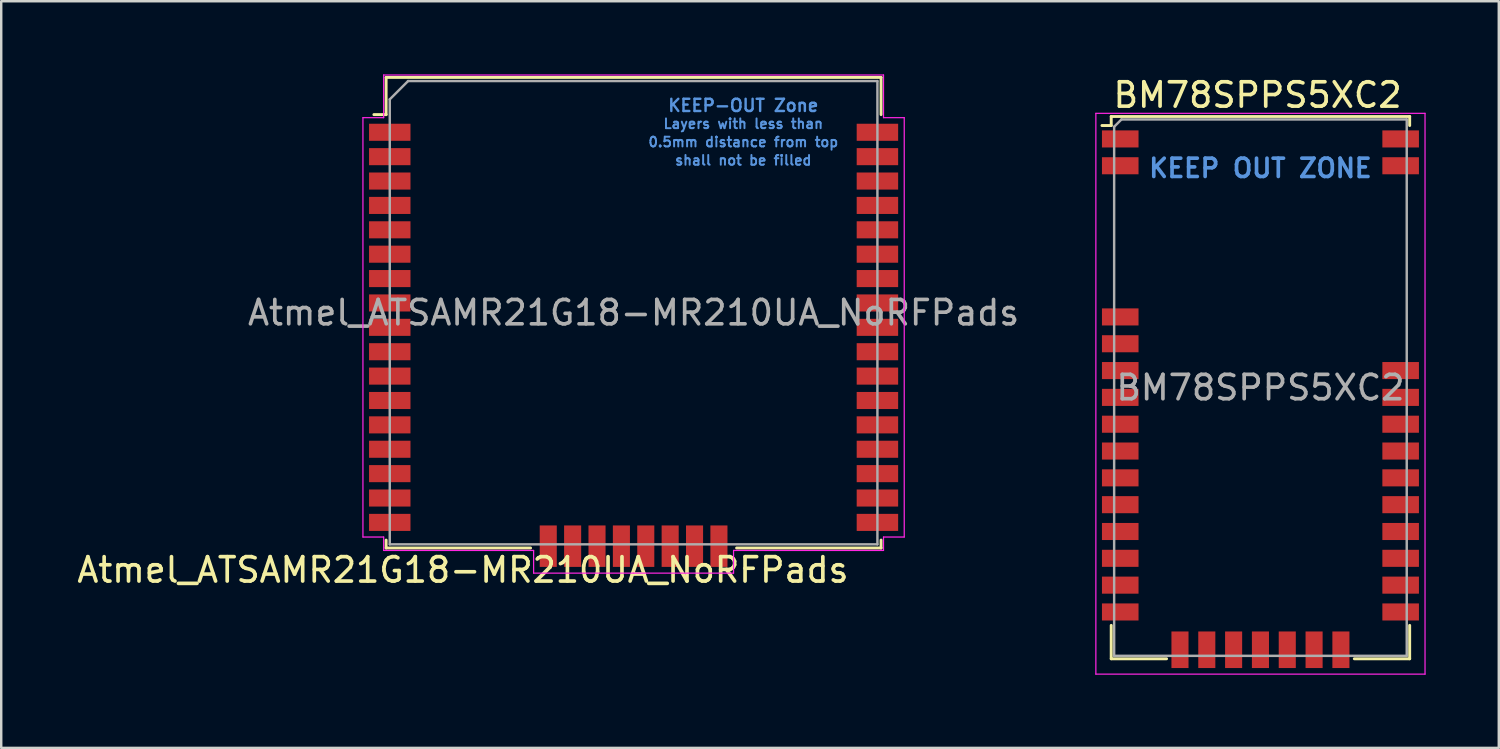
<source format=kicad_pcb>
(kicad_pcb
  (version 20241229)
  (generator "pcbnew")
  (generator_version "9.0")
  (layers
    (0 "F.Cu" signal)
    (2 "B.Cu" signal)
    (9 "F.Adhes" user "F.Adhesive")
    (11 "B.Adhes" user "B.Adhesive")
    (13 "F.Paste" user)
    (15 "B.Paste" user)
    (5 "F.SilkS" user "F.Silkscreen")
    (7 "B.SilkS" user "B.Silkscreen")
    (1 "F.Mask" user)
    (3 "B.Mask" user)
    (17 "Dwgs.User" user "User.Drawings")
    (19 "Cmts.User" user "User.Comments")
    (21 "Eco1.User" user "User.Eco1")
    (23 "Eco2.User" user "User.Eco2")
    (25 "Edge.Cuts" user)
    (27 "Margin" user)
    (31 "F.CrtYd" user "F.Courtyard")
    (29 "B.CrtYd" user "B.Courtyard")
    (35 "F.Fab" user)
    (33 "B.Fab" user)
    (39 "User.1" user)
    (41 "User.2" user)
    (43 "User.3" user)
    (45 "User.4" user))
  (footprint "BM78SPPS5XC2"
    (layer "F.Cu")
    (at 48.644 12.848)
    (property "Reference" "BM78SPPS5XC2" (at -6.12 -12 180) (layer "F.SilkS") (effects (font (size 1 1) (thickness 0.15)) (justify left)))
    (attr smd)
    (fp_line (start -6.12 -11.12) (end -6.12 -10.75) (stroke (width 0.12) (type solid)) (layer "F.SilkS"))
    (fp_line (start -6.12 -11.12) (end 6.12 -11.12) (stroke (width 0.12) (type solid)) (layer "F.SilkS"))
    (fp_line (start -6.12 -10.75) (end -6.5 -10.75) (stroke (width 0.12) (type solid)) (layer "F.SilkS"))
    (fp_line (start -6.12 9.75) (end -6.12 11.12) (stroke (width 0.12) (type solid)) (layer "F.SilkS"))
    (fp_line (start -6.12 11.12) (end -3.85 11.12) (stroke (width 0.12) (type solid)) (layer "F.SilkS"))
    (fp_line (start 6.12 -11.12) (end 6.12 -10.75) (stroke (width 0.12) (type solid)) (layer "F.SilkS"))
    (fp_line (start 6.12 11.12) (end 3.85 11.12) (stroke (width 0.12) (type solid)) (layer "F.SilkS"))
    (fp_line (start 6.12 11.12) (end 6.12 9.75) (stroke (width 0.12) (type solid)) (layer "F.SilkS"))
    (fp_line (start -6.75 -11.25) (end 6.75 -11.25) (stroke (width 0.05) (type solid)) (layer "F.CrtYd"))
    (fp_line (start -6.75 11.75) (end -6.75 -11.25) (stroke (width 0.05) (type solid)) (layer "F.CrtYd"))
    (fp_line (start 6.75 -11.25) (end 6.75 11.75) (stroke (width 0.05) (type solid)) (layer "F.CrtYd"))
    (fp_line (start 6.75 11.75) (end -6.75 11.75) (stroke (width 0.05) (type solid)) (layer "F.CrtYd"))
    (fp_line (start -6 -10.7) (end -6 11) (stroke (width 0.1) (type solid)) (layer "F.Fab"))
    (fp_line (start -6 11) (end 6 11) (stroke (width 0.1) (type solid)) (layer "F.Fab"))
    (fp_line (start -5.7 -11) (end -6 -10.7) (stroke (width 0.1) (type solid)) (layer "F.Fab"))
    (fp_line (start 6 -11) (end -5.7 -11) (stroke (width 0.1) (type solid)) (layer "F.Fab"))
    (fp_line (start 6 11) (end 6 -11) (stroke (width 0.1) (type solid)) (layer "F.Fab"))
    (fp_text user "KEEP OUT ZONE" (at 0 -9 0) (layer "Cmts.User") (effects (font (size 0.75 0.75) (thickness 0.15))))
    (fp_text user "${REFERENCE}" (at 0 0 0) (layer "F.Fab") (effects (font (size 1 1) (thickness 0.15))))
    (pad "1" smd rect (at -5.75 -10.2 270) (size 0.7 1.5) (layers "F.Cu" "F.Mask" "F.Paste"))
    (pad "2" smd rect (at -5.75 -9.1 270) (size 0.7 1.5) (layers "F.Cu" "F.Mask" "F.Paste"))
    (pad "3" smd rect (at -5.75 -2.9 270) (size 0.7 1.5) (layers "F.Cu" "F.Mask" "F.Paste"))
    (pad "4" smd rect (at -5.75 -1.8 270) (size 0.7 1.5) (layers "F.Cu" "F.Mask" "F.Paste"))
    (pad "5" smd rect (at -5.75 -0.7 270) (size 0.7 1.5) (layers "F.Cu" "F.Mask" "F.Paste"))
    (pad "6" smd rect (at -5.75 0.4 270) (size 0.7 1.5) (layers "F.Cu" "F.Mask" "F.Paste"))
    (pad "7" smd rect (at -5.75 1.5 270) (size 0.7 1.5) (layers "F.Cu" "F.Mask" "F.Paste"))
    (pad "8" smd rect (at -5.75 2.6 270) (size 0.7 1.5) (layers "F.Cu" "F.Mask" "F.Paste"))
    (pad "9" smd rect (at -5.75 3.7 270) (size 0.7 1.5) (layers "F.Cu" "F.Mask" "F.Paste"))
    (pad "10" smd rect (at -5.75 4.8 270) (size 0.7 1.5) (layers "F.Cu" "F.Mask" "F.Paste"))
    (pad "11" smd rect (at -5.75 5.9 270) (size 0.7 1.5) (layers "F.Cu" "F.Mask" "F.Paste"))
    (pad "12" smd rect (at -5.75 7 270) (size 0.7 1.5) (layers "F.Cu" "F.Mask" "F.Paste"))
    (pad "13" smd rect (at -5.75 8.1 270) (size 0.7 1.5) (layers "F.Cu" "F.Mask" "F.Paste"))
    (pad "14" smd rect (at -5.75 9.2 270) (size 0.7 1.5) (layers "F.Cu" "F.Mask" "F.Paste"))
    (pad "15" smd rect (at -3.3 10.75) (size 0.7 1.5) (layers "F.Cu" "F.Mask" "F.Paste"))
    (pad "16" smd rect (at -2.2 10.75) (size 0.7 1.5) (layers "F.Cu" "F.Mask" "F.Paste"))
    (pad "17" smd rect (at -1.1 10.75) (size 0.7 1.5) (layers "F.Cu" "F.Mask" "F.Paste"))
    (pad "18" smd rect (at 0 10.75) (size 0.7 1.5) (layers "F.Cu" "F.Mask" "F.Paste"))
    (pad "19" smd rect (at 1.1 10.75) (size 0.7 1.5) (layers "F.Cu" "F.Mask" "F.Paste"))
    (pad "20" smd rect (at 2.2 10.75) (size 0.7 1.5) (layers "F.Cu" "F.Mask" "F.Paste"))
    (pad "21" smd rect (at 3.3 10.75) (size 0.7 1.5) (layers "F.Cu" "F.Mask" "F.Paste"))
    (pad "22" smd rect (at 5.75 9.2 270) (size 0.7 1.5) (layers "F.Cu" "F.Mask" "F.Paste"))
    (pad "23" smd rect (at 5.75 8.1 270) (size 0.7 1.5) (layers "F.Cu" "F.Mask" "F.Paste"))
    (pad "24" smd rect (at 5.75 7 270) (size 0.7 1.5) (layers "F.Cu" "F.Mask" "F.Paste"))
    (pad "25" smd rect (at 5.75 5.9 270) (size 0.7 1.5) (layers "F.Cu" "F.Mask" "F.Paste"))
    (pad "26" smd rect (at 5.75 4.8 270) (size 0.7 1.5) (layers "F.Cu" "F.Mask" "F.Paste"))
    (pad "27" smd rect (at 5.75 3.7 270) (size 0.7 1.5) (layers "F.Cu" "F.Mask" "F.Paste"))
    (pad "28" smd rect (at 5.75 2.6 270) (size 0.7 1.5) (layers "F.Cu" "F.Mask" "F.Paste"))
    (pad "29" smd rect (at 5.75 1.5 270) (size 0.7 1.5) (layers "F.Cu" "F.Mask" "F.Paste"))
    (pad "30" smd rect (at 5.75 0.4 270) (size 0.7 1.5) (layers "F.Cu" "F.Mask" "F.Paste"))
    (pad "31" smd rect (at 5.75 -0.7 270) (size 0.7 1.5) (layers "F.Cu" "F.Mask" "F.Paste"))
    (pad "32" smd rect (at 5.75 -9.1 270) (size 0.7 1.5) (layers "F.Cu" "F.Mask" "F.Paste"))
    (pad "33" smd rect (at 5.75 -10.2 270) (size 0.7 1.5) (layers "F.Cu" "F.Mask" "F.Paste"))
    (zone (net_name "") (layer "F.Cu") (hatch full 0.508) (connect_pads) (min_thickness 0.254) (filled_areas_thickness no) (keepout (tracks not_allowed) (vias not_allowed) (pads not_allowed) (copperpour not_allowed) (footprints not_allowed)) (placement (enabled no)) (fill) (polygon (pts (xy 54.644 2.298) (xy 53.644 2.298) (xy 53.644 2.998) (xy 54.644 2.998) (xy 54.644 3.398) (xy 53.644 3.398) (xy 53.644 4.098) (xy 54.644 4.098) (xy 54.644 9.048) (xy 50.644 9.048) (xy 50.644 5.848) (xy 42.644 5.848) (xy 42.644 4.098) (xy 43.644 4.098) (xy 43.644 3.398) (xy 42.644 3.398) (xy 42.644 2.998) (xy 43.644 2.998) (xy 43.644 2.298) (xy 42.644 2.298) (xy 42.644 1.848) (xy 54.644 1.848)))))
  (footprint "Atmel_ATSAMR21G18-MR210UA_NoRFPads"
    (layer "F.Cu")
    (at 22.935 9.775)
    (property "Reference" "Atmel_ATSAMR21G18-MR210UA_NoRFPads" (at -7 10.55 0) (layer "F.SilkS") (effects (font (size 1 1) (thickness 0.15))))
    (attr smd)
    (fp_line (start -10.65 -8.125) (end -10.15 -8.125) (stroke (width 0.12) (type solid)) (layer "F.SilkS"))
    (fp_line (start -10.15 -9.65) (end -10.15 -8.125) (stroke (width 0.12) (type solid)) (layer "F.SilkS"))
    (fp_line (start -10.15 -9.65) (end 10.15 -9.65) (stroke (width 0.12) (type solid)) (layer "F.SilkS"))
    (fp_line (start -10.15 9.325) (end -10.15 9.65) (stroke (width 0.12) (type solid)) (layer "F.SilkS"))
    (fp_line (start -10.15 9.65) (end -4.225 9.65) (stroke (width 0.12) (type solid)) (layer "F.SilkS"))
    (fp_line (start 10.15 -9.65) (end 10.15 -8.125) (stroke (width 0.12) (type solid)) (layer "F.SilkS"))
    (fp_line (start 10.15 9.325) (end 10.15 9.65) (stroke (width 0.12) (type solid)) (layer "F.SilkS"))
    (fp_line (start 10.15 9.65) (end 4.225 9.65) (stroke (width 0.12) (type solid)) (layer "F.SilkS"))
    (fp_line (start -11.1 -8) (end -11.1 9.2) (stroke (width 0.05) (type solid)) (layer "F.CrtYd"))
    (fp_line (start -10.25 -9.75) (end 10.25 -9.75) (stroke (width 0.05) (type solid)) (layer "F.CrtYd"))
    (fp_line (start -10.25 -8) (end -11.1 -8) (stroke (width 0.05) (type solid)) (layer "F.CrtYd"))
    (fp_line (start -10.25 -8) (end -10.25 -9.75) (stroke (width 0.05) (type solid)) (layer "F.CrtYd"))
    (fp_line (start -10.25 9.2) (end -11.1 9.2) (stroke (width 0.05) (type solid)) (layer "F.CrtYd"))
    (fp_line (start -10.25 9.2) (end -10.25 9.75) (stroke (width 0.05) (type solid)) (layer "F.CrtYd"))
    (fp_line (start -10.25 9.75) (end -4.1 9.75) (stroke (width 0.05) (type solid)) (layer "F.CrtYd"))
    (fp_line (start -4.1 10.68) (end -4.1 9.75) (stroke (width 0.05) (type solid)) (layer "F.CrtYd"))
    (fp_line (start 0 10.68) (end -4.1 10.68) (stroke (width 0.05) (type solid)) (layer "F.CrtYd"))
    (fp_line (start 0 10.68) (end 4.1 10.68) (stroke (width 0.05) (type solid)) (layer "F.CrtYd"))
    (fp_line (start 4.1 10.68) (end 4.1 9.75) (stroke (width 0.05) (type solid)) (layer "F.CrtYd"))
    (fp_line (start 10.25 -9.75) (end 10.25 -8) (stroke (width 0.05) (type solid)) (layer "F.CrtYd"))
    (fp_line (start 10.25 -8) (end 11.1 -8) (stroke (width 0.05) (type solid)) (layer "F.CrtYd"))
    (fp_line (start 10.25 9.2) (end 10.25 9.75) (stroke (width 0.05) (type solid)) (layer "F.CrtYd"))
    (fp_line (start 10.25 9.2) (end 11.1 9.2) (stroke (width 0.05) (type solid)) (layer "F.CrtYd"))
    (fp_line (start 10.25 9.75) (end 4.1 9.75) (stroke (width 0.05) (type solid)) (layer "F.CrtYd"))
    (fp_line (start 11.1 -8) (end 11.1 9.2) (stroke (width 0.05) (type solid)) (layer "F.CrtYd"))
    (fp_line (start -10 -8.75) (end -10 9.5) (stroke (width 0.1) (type solid)) (layer "F.Fab"))
    (fp_line (start -10 -8.75) (end -9.25 -9.5) (stroke (width 0.1) (type solid)) (layer "F.Fab"))
    (fp_line (start -10 9.5) (end 10 9.5) (stroke (width 0.1) (type solid)) (layer "F.Fab"))
    (fp_line (start 10 -9.5) (end -9.25 -9.5) (stroke (width 0.1) (type solid)) (layer "F.Fab"))
    (fp_line (start 10 9.5) (end 10 -9.5) (stroke (width 0.1) (type solid)) (layer "F.Fab"))
    (fp_text user "0.5mm distance from top" (at 4.5 -7 0) (layer "Cmts.User") (effects (font (size 0.4 0.4) (thickness 0.08))))
    (fp_text user "shall not be filled" (at 4.5 -6.25 0) (layer "Cmts.User") (effects (font (size 0.4 0.4) (thickness 0.08))))
    (fp_text user "KEEP-OUT Zone" (at 4.5 -8.5 0) (layer "Cmts.User") (effects (font (size 0.5 0.5) (thickness 0.1))))
    (fp_text user "Layers with less than" (at 4.5 -7.75 0) (layer "Cmts.User") (effects (font (size 0.4 0.4) (thickness 0.08))))
    (fp_text user "${REFERENCE}" (at 0 0 0) (layer "F.Fab") (effects (font (size 1 1) (thickness 0.15))))
    (pad "1" smd rect (at -10 -7.4) (size 1.7 0.7) (layers "F.Cu" "F.Mask" "F.Paste"))
    (pad "2" smd rect (at -10 -6.4) (size 1.7 0.7) (layers "F.Cu" "F.Mask" "F.Paste"))
    (pad "3" smd rect (at -10 -5.4) (size 1.7 0.7) (layers "F.Cu" "F.Mask" "F.Paste"))
    (pad "4" smd rect (at -10 -4.4) (size 1.7 0.7) (layers "F.Cu" "F.Mask" "F.Paste"))
    (pad "5" smd rect (at -10 -3.4) (size 1.7 0.7) (layers "F.Cu" "F.Mask" "F.Paste"))
    (pad "6" smd rect (at -10 -2.4) (size 1.7 0.7) (layers "F.Cu" "F.Mask" "F.Paste"))
    (pad "7" smd rect (at -10 -1.4) (size 1.7 0.7) (layers "F.Cu" "F.Mask" "F.Paste"))
    (pad "8" smd rect (at -10 -0.4) (size 1.7 0.7) (layers "F.Cu" "F.Mask" "F.Paste"))
    (pad "9" smd rect (at -10 0.6) (size 1.7 0.7) (layers "F.Cu" "F.Mask" "F.Paste"))
    (pad "10" smd rect (at -10 1.6) (size 1.7 0.7) (layers "F.Cu" "F.Mask" "F.Paste"))
    (pad "11" smd rect (at -10 2.6) (size 1.7 0.7) (layers "F.Cu" "F.Mask" "F.Paste"))
    (pad "12" smd rect (at -10 3.6) (size 1.7 0.7) (layers "F.Cu" "F.Mask" "F.Paste"))
    (pad "13" smd rect (at -10 4.6) (size 1.7 0.7) (layers "F.Cu" "F.Mask" "F.Paste"))
    (pad "14" smd rect (at -10 5.6) (size 1.7 0.7) (layers "F.Cu" "F.Mask" "F.Paste"))
    (pad "15" smd rect (at -10 6.6) (size 1.7 0.7) (layers "F.Cu" "F.Mask" "F.Paste"))
    (pad "16" smd rect (at -10 7.6) (size 1.7 0.7) (layers "F.Cu" "F.Mask" "F.Paste"))
    (pad "17" smd rect (at -10 8.6) (size 1.7 0.7) (layers "F.Cu" "F.Mask" "F.Paste"))
    (pad "18" smd rect (at -3.5 9.575) (size 0.7 1.7) (layers "F.Cu" "F.Mask" "F.Paste"))
    (pad "19" smd rect (at -2.5 9.575) (size 0.7 1.7) (layers "F.Cu" "F.Mask" "F.Paste"))
    (pad "20" smd rect (at -1.5 9.575) (size 0.7 1.7) (layers "F.Cu" "F.Mask" "F.Paste"))
    (pad "21" smd rect (at -0.5 9.575) (size 0.7 1.7) (layers "F.Cu" "F.Mask" "F.Paste"))
    (pad "22" smd rect (at 0.5 9.575) (size 0.7 1.7) (layers "F.Cu" "F.Mask" "F.Paste"))
    (pad "23" smd rect (at 1.5 9.575) (size 0.7 1.7) (layers "F.Cu" "F.Mask" "F.Paste"))
    (pad "24" smd rect (at 2.5 9.575) (size 0.7 1.7) (layers "F.Cu" "F.Mask" "F.Paste"))
    (pad "25" smd rect (at 3.5 9.575) (size 0.7 1.7) (layers "F.Cu" "F.Mask" "F.Paste"))
    (pad "26" smd rect (at 10 8.6) (size 1.7 0.7) (layers "F.Cu" "F.Mask" "F.Paste"))
    (pad "27" smd rect (at 10 7.6) (size 1.7 0.7) (layers "F.Cu" "F.Mask" "F.Paste"))
    (pad "28" smd rect (at 10 6.6) (size 1.7 0.7) (layers "F.Cu" "F.Mask" "F.Paste"))
    (pad "29" smd rect (at 10 5.6) (size 1.7 0.7) (layers "F.Cu" "F.Mask" "F.Paste"))
    (pad "30" smd rect (at 10 4.6) (size 1.7 0.7) (layers "F.Cu" "F.Mask" "F.Paste"))
    (pad "31" smd rect (at 10 3.6) (size 1.7 0.7) (layers "F.Cu" "F.Mask" "F.Paste"))
    (pad "32" smd rect (at 10 2.6) (size 1.7 0.7) (layers "F.Cu" "F.Mask" "F.Paste"))
    (pad "33" smd rect (at 10 1.6) (size 1.7 0.7) (layers "F.Cu" "F.Mask" "F.Paste"))
    (pad "34" smd rect (at 10 0.6) (size 1.7 0.7) (layers "F.Cu" "F.Mask" "F.Paste"))
    (pad "35" smd rect (at 10 -0.4) (size 1.7 0.7) (layers "F.Cu" "F.Mask" "F.Paste"))
    (pad "36" smd rect (at 10 -1.4) (size 1.7 0.7) (layers "F.Cu" "F.Mask" "F.Paste"))
    (pad "37" smd rect (at 10 -2.4) (size 1.7 0.7) (layers "F.Cu" "F.Mask" "F.Paste"))
    (pad "38" smd rect (at 10 -3.4) (size 1.7 0.7) (layers "F.Cu" "F.Mask" "F.Paste"))
    (pad "39" smd rect (at 10 -4.4) (size 1.7 0.7) (layers "F.Cu" "F.Mask" "F.Paste"))
    (pad "40" smd rect (at 10 -5.4) (size 1.7 0.7) (layers "F.Cu" "F.Mask" "F.Paste"))
    (pad "41" smd rect (at 10 -6.4) (size 1.7 0.7) (layers "F.Cu" "F.Mask" "F.Paste"))
    (pad "42" smd rect (at 10 -7.4) (size 1.7 0.7) (layers "F.Cu" "F.Mask" "F.Paste"))
    (zone (net_name "") (layer "F.Cu") (hatch full 0.508) (connect_pads) (min_thickness 0.254) (filled_areas_thickness no) (keepout (tracks not_allowed) (vias not_allowed) (pads not_allowed) (copperpour not_allowed) (footprints not_allowed)) (placement (enabled no)) (fill) (polygon (pts (xy 32.935 1.775) (xy 31.685 1.775) (xy 31.685 4.275) (xy 22.935 4.275) (xy 22.935 0.275) (xy 32.935 0.275)))))
  (gr_rect
    (start -3 -3)
    (end 58.419 27.623)
    (stroke (width 0.1) (type default))
    (fill no)
    (layer "Edge.Cuts")))
</source>
